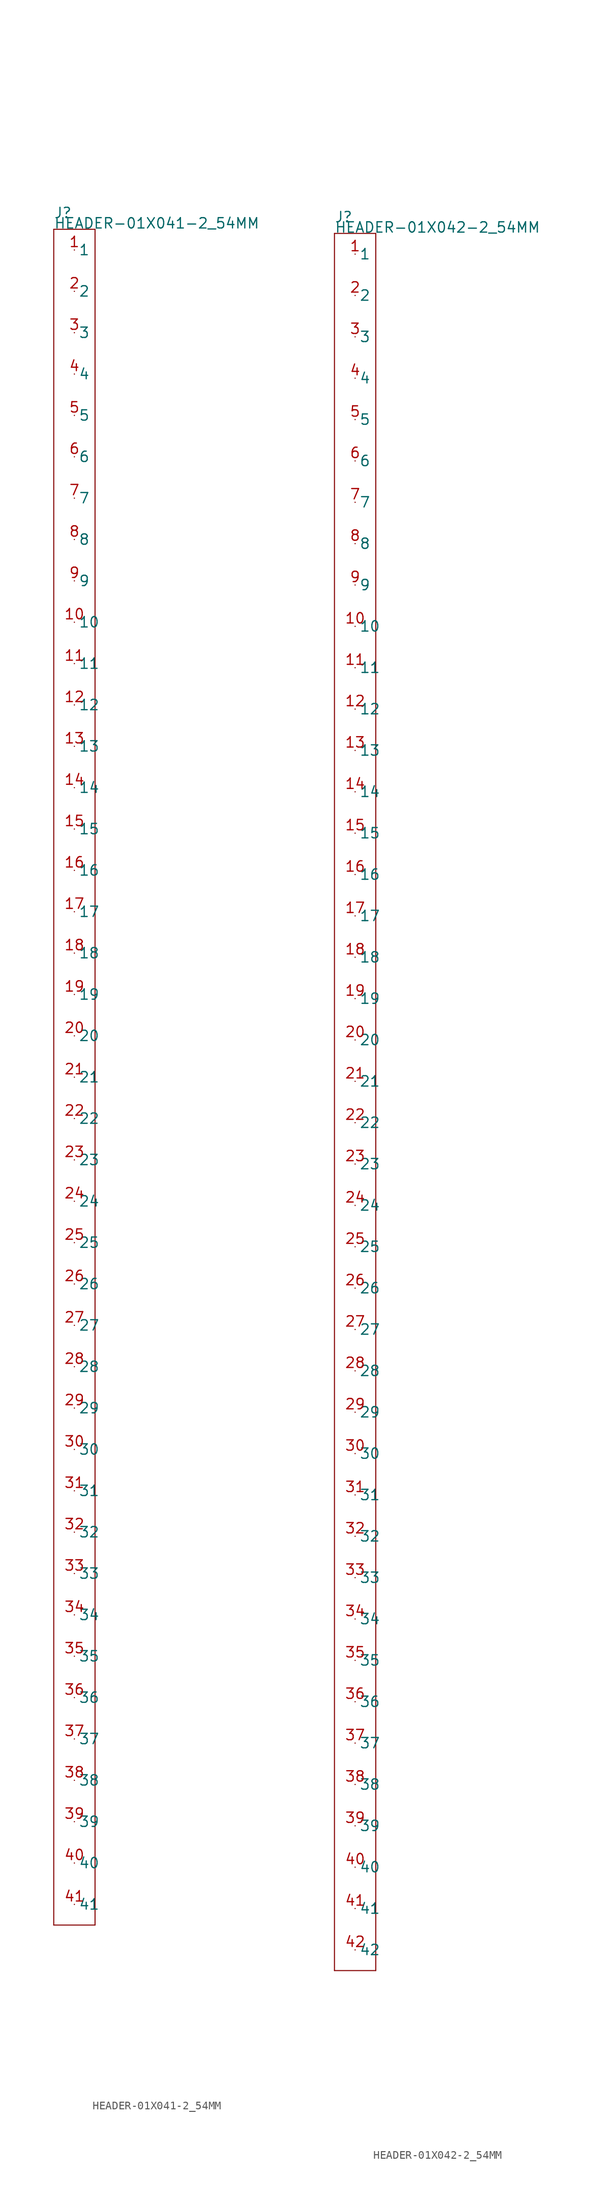
<source format=kicad_sym>
(kicad_symbol_lib
  (version 20211014)
  (generator kicad_symbol_editor)
  (symbol "HEADER-01X041-2_54MM"
    (pin_names)
    (property "Reference" "J"
      (at -2.54 105.41 0)
      (effects (font (size 1.27 1.27)) (justify left bottom)))
    (property "Value" "HEADER-01X041-2_54MM"
      (at -2.54 104.14 0)
      (effects (font (size 1.27 1.27)) (justify left bottom)))
    (property "Datasheet" ""
      (at 0 0 0))
    (property "ki_description" "Header 1x41  - Header Vertical 41POS 2.54MM Technical Specifications: Pitch: 0.1\" (2.54mm) "
      (at 0 0 0))
    (property "ki_fp_filters" "FlashPCB_Connectors:HEADER-THT-01X041-2_54MM FlashPCB_Connectors:HEADER-THT-LONG-01X041-2_54MM FlashPCB_Connectors:HEADER-THT-NOSILK-01X041-2_54MM FlashPCB_Connectors:HEADER-THT-LONG-NOSILK-01X041-2_54MM"
      (at 0 0 0))
    (symbol "HEADER-01X041-2_54MM_1_1"
      (polyline (pts (xy -2.54 104.14) (xy 2.54 104.14)) (stroke (width 0.127)) (fill (type none)))
      (polyline (pts (xy 2.54 104.14) (xy 2.54 -104.14)) (stroke (width 0.127)) (fill (type none)))
      (polyline (pts (xy 2.54 -104.14) (xy -2.54 -104.14)) (stroke (width 0.127)) (fill (type none)))
      (polyline (pts (xy -2.54 -104.14) (xy -2.54 104.14)) (stroke (width 0.127)) (fill (type none)))
      (pin bidirectional line (at 0 101.6 0) (length 0) (name "1" (effects (font (size 1.27 1.27)))) (number "1" (effects (font (size 1.27 1.27)))))
      (pin bidirectional line (at 0 96.52 0) (length 0) (name "2" (effects (font (size 1.27 1.27)))) (number "2" (effects (font (size 1.27 1.27)))))
      (pin bidirectional line (at 0 91.44 0) (length 0) (name "3" (effects (font (size 1.27 1.27)))) (number "3" (effects (font (size 1.27 1.27)))))
      (pin bidirectional line (at 0 86.36 0) (length 0) (name "4" (effects (font (size 1.27 1.27)))) (number "4" (effects (font (size 1.27 1.27)))))
      (pin bidirectional line (at 0 81.28 0) (length 0) (name "5" (effects (font (size 1.27 1.27)))) (number "5" (effects (font (size 1.27 1.27)))))
      (pin bidirectional line (at 0 76.2 0) (length 0) (name "6" (effects (font (size 1.27 1.27)))) (number "6" (effects (font (size 1.27 1.27)))))
      (pin bidirectional line (at 0 71.12 0) (length 0) (name "7" (effects (font (size 1.27 1.27)))) (number "7" (effects (font (size 1.27 1.27)))))
      (pin bidirectional line (at 0 66.04 0) (length 0) (name "8" (effects (font (size 1.27 1.27)))) (number "8" (effects (font (size 1.27 1.27)))))
      (pin bidirectional line (at 0 60.96 0) (length 0) (name "9" (effects (font (size 1.27 1.27)))) (number "9" (effects (font (size 1.27 1.27)))))
      (pin bidirectional line (at 0 55.88 0) (length 0) (name "10" (effects (font (size 1.27 1.27)))) (number "10" (effects (font (size 1.27 1.27)))))
      (pin bidirectional line (at 0 50.8 0) (length 0) (name "11" (effects (font (size 1.27 1.27)))) (number "11" (effects (font (size 1.27 1.27)))))
      (pin bidirectional line (at 0 45.72 0) (length 0) (name "12" (effects (font (size 1.27 1.27)))) (number "12" (effects (font (size 1.27 1.27)))))
      (pin bidirectional line (at 0 40.64 0) (length 0) (name "13" (effects (font (size 1.27 1.27)))) (number "13" (effects (font (size 1.27 1.27)))))
      (pin bidirectional line (at 0 35.56 0) (length 0) (name "14" (effects (font (size 1.27 1.27)))) (number "14" (effects (font (size 1.27 1.27)))))
      (pin bidirectional line (at 0 30.48 0) (length 0) (name "15" (effects (font (size 1.27 1.27)))) (number "15" (effects (font (size 1.27 1.27)))))
      (pin bidirectional line (at 0 25.4 0) (length 0) (name "16" (effects (font (size 1.27 1.27)))) (number "16" (effects (font (size 1.27 1.27)))))
      (pin bidirectional line (at 0 20.32 0) (length 0) (name "17" (effects (font (size 1.27 1.27)))) (number "17" (effects (font (size 1.27 1.27)))))
      (pin bidirectional line (at 0 15.24 0) (length 0) (name "18" (effects (font (size 1.27 1.27)))) (number "18" (effects (font (size 1.27 1.27)))))
      (pin bidirectional line (at 0 10.16 0) (length 0) (name "19" (effects (font (size 1.27 1.27)))) (number "19" (effects (font (size 1.27 1.27)))))
      (pin bidirectional line (at 0 5.08 0) (length 0) (name "20" (effects (font (size 1.27 1.27)))) (number "20" (effects (font (size 1.27 1.27)))))
      (pin bidirectional line (at 0 0 0) (length 0) (name "21" (effects (font (size 1.27 1.27)))) (number "21" (effects (font (size 1.27 1.27)))))
      (pin bidirectional line (at 0 -5.08 0) (length 0) (name "22" (effects (font (size 1.27 1.27)))) (number "22" (effects (font (size 1.27 1.27)))))
      (pin bidirectional line (at 0 -10.16 0) (length 0) (name "23" (effects (font (size 1.27 1.27)))) (number "23" (effects (font (size 1.27 1.27)))))
      (pin bidirectional line (at 0 -15.24 0) (length 0) (name "24" (effects (font (size 1.27 1.27)))) (number "24" (effects (font (size 1.27 1.27)))))
      (pin bidirectional line (at 0 -20.32 0) (length 0) (name "25" (effects (font (size 1.27 1.27)))) (number "25" (effects (font (size 1.27 1.27)))))
      (pin bidirectional line (at 0 -25.4 0) (length 0) (name "26" (effects (font (size 1.27 1.27)))) (number "26" (effects (font (size 1.27 1.27)))))
      (pin bidirectional line (at 0 -30.48 0) (length 0) (name "27" (effects (font (size 1.27 1.27)))) (number "27" (effects (font (size 1.27 1.27)))))
      (pin bidirectional line (at 0 -35.56 0) (length 0) (name "28" (effects (font (size 1.27 1.27)))) (number "28" (effects (font (size 1.27 1.27)))))
      (pin bidirectional line (at 0 -40.64 0) (length 0) (name "29" (effects (font (size 1.27 1.27)))) (number "29" (effects (font (size 1.27 1.27)))))
      (pin bidirectional line (at 0 -45.72 0) (length 0) (name "30" (effects (font (size 1.27 1.27)))) (number "30" (effects (font (size 1.27 1.27)))))
      (pin bidirectional line (at 0 -50.8 0) (length 0) (name "31" (effects (font (size 1.27 1.27)))) (number "31" (effects (font (size 1.27 1.27)))))
      (pin bidirectional line (at 0 -55.88 0) (length 0) (name "32" (effects (font (size 1.27 1.27)))) (number "32" (effects (font (size 1.27 1.27)))))
      (pin bidirectional line (at 0 -60.96 0) (length 0) (name "33" (effects (font (size 1.27 1.27)))) (number "33" (effects (font (size 1.27 1.27)))))
      (pin bidirectional line (at 0 -66.04 0) (length 0) (name "34" (effects (font (size 1.27 1.27)))) (number "34" (effects (font (size 1.27 1.27)))))
      (pin bidirectional line (at 0 -71.12 0) (length 0) (name "35" (effects (font (size 1.27 1.27)))) (number "35" (effects (font (size 1.27 1.27)))))
      (pin bidirectional line (at 0 -76.2 0) (length 0) (name "36" (effects (font (size 1.27 1.27)))) (number "36" (effects (font (size 1.27 1.27)))))
      (pin bidirectional line (at 0 -81.28 0) (length 0) (name "37" (effects (font (size 1.27 1.27)))) (number "37" (effects (font (size 1.27 1.27)))))
      (pin bidirectional line (at 0 -86.36 0) (length 0) (name "38" (effects (font (size 1.27 1.27)))) (number "38" (effects (font (size 1.27 1.27)))))
      (pin bidirectional line (at 0 -91.44 0) (length 0) (name "39" (effects (font (size 1.27 1.27)))) (number "39" (effects (font (size 1.27 1.27)))))
      (pin bidirectional line (at 0 -96.52 0) (length 0) (name "40" (effects (font (size 1.27 1.27)))) (number "40" (effects (font (size 1.27 1.27)))))
      (pin bidirectional line (at 0 -101.6 0) (length 0) (name "41" (effects (font (size 1.27 1.27)))) (number "41" (effects (font (size 1.27 1.27)))))))
  (symbol "HEADER-01X042-2_54MM"
    (pin_names)
    (property "Reference" "J"
      (at -2.54 107.95 0)
      (effects (font (size 1.27 1.27)) (justify left bottom)))
    (property "Value" "HEADER-01X042-2_54MM"
      (at -2.54 106.68 0)
      (effects (font (size 1.27 1.27)) (justify left bottom)))
    (property "Datasheet" ""
      (at 0 0 0))
    (property "ki_description" "Header 1x42  - Header Vertical 42POS 2.54MM Technical Specifications: Pitch: 0.1\" (2.54mm) "
      (at 0 0 0))
    (property "ki_fp_filters" "FlashPCB_Connectors:HEADER-THT-01X042-2_54MM FlashPCB_Connectors:HEADER-THT-LONG-01X042-2_54MM FlashPCB_Connectors:HEADER-THT-NOSILK-01X042-2_54MM FlashPCB_Connectors:HEADER-THT-LONG-NOSILK-01X042-2_54MM"
      (at 0 0 0))
    (symbol "HEADER-01X042-2_54MM_1_1"
      (polyline (pts (xy -2.54 106.68) (xy 2.54 106.68)) (stroke (width 0.127)) (fill (type none)))
      (polyline (pts (xy 2.54 106.68) (xy 2.54 -106.68)) (stroke (width 0.127)) (fill (type none)))
      (polyline (pts (xy 2.54 -106.68) (xy -2.54 -106.68)) (stroke (width 0.127)) (fill (type none)))
      (polyline (pts (xy -2.54 -106.68) (xy -2.54 106.68)) (stroke (width 0.127)) (fill (type none)))
      (pin bidirectional line (at 0 104.14 0) (length 0) (name "1" (effects (font (size 1.27 1.27)))) (number "1" (effects (font (size 1.27 1.27)))))
      (pin bidirectional line (at 0 99.06 0) (length 0) (name "2" (effects (font (size 1.27 1.27)))) (number "2" (effects (font (size 1.27 1.27)))))
      (pin bidirectional line (at 0 93.98 0) (length 0) (name "3" (effects (font (size 1.27 1.27)))) (number "3" (effects (font (size 1.27 1.27)))))
      (pin bidirectional line (at 0 88.9 0) (length 0) (name "4" (effects (font (size 1.27 1.27)))) (number "4" (effects (font (size 1.27 1.27)))))
      (pin bidirectional line (at 0 83.82 0) (length 0) (name "5" (effects (font (size 1.27 1.27)))) (number "5" (effects (font (size 1.27 1.27)))))
      (pin bidirectional line (at 0 78.74 0) (length 0) (name "6" (effects (font (size 1.27 1.27)))) (number "6" (effects (font (size 1.27 1.27)))))
      (pin bidirectional line (at 0 73.66 0) (length 0) (name "7" (effects (font (size 1.27 1.27)))) (number "7" (effects (font (size 1.27 1.27)))))
      (pin bidirectional line (at 0 68.58 0) (length 0) (name "8" (effects (font (size 1.27 1.27)))) (number "8" (effects (font (size 1.27 1.27)))))
      (pin bidirectional line (at 0 63.5 0) (length 0) (name "9" (effects (font (size 1.27 1.27)))) (number "9" (effects (font (size 1.27 1.27)))))
      (pin bidirectional line (at 0 58.42 0) (length 0) (name "10" (effects (font (size 1.27 1.27)))) (number "10" (effects (font (size 1.27 1.27)))))
      (pin bidirectional line (at 0 53.34 0) (length 0) (name "11" (effects (font (size 1.27 1.27)))) (number "11" (effects (font (size 1.27 1.27)))))
      (pin bidirectional line (at 0 48.26 0) (length 0) (name "12" (effects (font (size 1.27 1.27)))) (number "12" (effects (font (size 1.27 1.27)))))
      (pin bidirectional line (at 0 43.18 0) (length 0) (name "13" (effects (font (size 1.27 1.27)))) (number "13" (effects (font (size 1.27 1.27)))))
      (pin bidirectional line (at 0 38.1 0) (length 0) (name "14" (effects (font (size 1.27 1.27)))) (number "14" (effects (font (size 1.27 1.27)))))
      (pin bidirectional line (at 0 33.02 0) (length 0) (name "15" (effects (font (size 1.27 1.27)))) (number "15" (effects (font (size 1.27 1.27)))))
      (pin bidirectional line (at 0 27.94 0) (length 0) (name "16" (effects (font (size 1.27 1.27)))) (number "16" (effects (font (size 1.27 1.27)))))
      (pin bidirectional line (at 0 22.86 0) (length 0) (name "17" (effects (font (size 1.27 1.27)))) (number "17" (effects (font (size 1.27 1.27)))))
      (pin bidirectional line (at 0 17.78 0) (length 0) (name "18" (effects (font (size 1.27 1.27)))) (number "18" (effects (font (size 1.27 1.27)))))
      (pin bidirectional line (at 0 12.7 0) (length 0) (name "19" (effects (font (size 1.27 1.27)))) (number "19" (effects (font (size 1.27 1.27)))))
      (pin bidirectional line (at 0 7.62 0) (length 0) (name "20" (effects (font (size 1.27 1.27)))) (number "20" (effects (font (size 1.27 1.27)))))
      (pin bidirectional line (at 0 2.54 0) (length 0) (name "21" (effects (font (size 1.27 1.27)))) (number "21" (effects (font (size 1.27 1.27)))))
      (pin bidirectional line (at 0 -2.54 0) (length 0) (name "22" (effects (font (size 1.27 1.27)))) (number "22" (effects (font (size 1.27 1.27)))))
      (pin bidirectional line (at 0 -7.62 0) (length 0) (name "23" (effects (font (size 1.27 1.27)))) (number "23" (effects (font (size 1.27 1.27)))))
      (pin bidirectional line (at 0 -12.7 0) (length 0) (name "24" (effects (font (size 1.27 1.27)))) (number "24" (effects (font (size 1.27 1.27)))))
      (pin bidirectional line (at 0 -17.78 0) (length 0) (name "25" (effects (font (size 1.27 1.27)))) (number "25" (effects (font (size 1.27 1.27)))))
      (pin bidirectional line (at 0 -22.86 0) (length 0) (name "26" (effects (font (size 1.27 1.27)))) (number "26" (effects (font (size 1.27 1.27)))))
      (pin bidirectional line (at 0 -27.94 0) (length 0) (name "27" (effects (font (size 1.27 1.27)))) (number "27" (effects (font (size 1.27 1.27)))))
      (pin bidirectional line (at 0 -33.02 0) (length 0) (name "28" (effects (font (size 1.27 1.27)))) (number "28" (effects (font (size 1.27 1.27)))))
      (pin bidirectional line (at 0 -38.1 0) (length 0) (name "29" (effects (font (size 1.27 1.27)))) (number "29" (effects (font (size 1.27 1.27)))))
      (pin bidirectional line (at 0 -43.18 0) (length 0) (name "30" (effects (font (size 1.27 1.27)))) (number "30" (effects (font (size 1.27 1.27)))))
      (pin bidirectional line (at 0 -48.26 0) (length 0) (name "31" (effects (font (size 1.27 1.27)))) (number "31" (effects (font (size 1.27 1.27)))))
      (pin bidirectional line (at 0 -53.34 0) (length 0) (name "32" (effects (font (size 1.27 1.27)))) (number "32" (effects (font (size 1.27 1.27)))))
      (pin bidirectional line (at 0 -58.42 0) (length 0) (name "33" (effects (font (size 1.27 1.27)))) (number "33" (effects (font (size 1.27 1.27)))))
      (pin bidirectional line (at 0 -63.5 0) (length 0) (name "34" (effects (font (size 1.27 1.27)))) (number "34" (effects (font (size 1.27 1.27)))))
      (pin bidirectional line (at 0 -68.58 0) (length 0) (name "35" (effects (font (size 1.27 1.27)))) (number "35" (effects (font (size 1.27 1.27)))))
      (pin bidirectional line (at 0 -73.66 0) (length 0) (name "36" (effects (font (size 1.27 1.27)))) (number "36" (effects (font (size 1.27 1.27)))))
      (pin bidirectional line (at 0 -78.74 0) (length 0) (name "37" (effects (font (size 1.27 1.27)))) (number "37" (effects (font (size 1.27 1.27)))))
      (pin bidirectional line (at 0 -83.82 0) (length 0) (name "38" (effects (font (size 1.27 1.27)))) (number "38" (effects (font (size 1.27 1.27)))))
      (pin bidirectional line (at 0 -88.9 0) (length 0) (name "39" (effects (font (size 1.27 1.27)))) (number "39" (effects (font (size 1.27 1.27)))))
      (pin bidirectional line (at 0 -93.98 0) (length 0) (name "40" (effects (font (size 1.27 1.27)))) (number "40" (effects (font (size 1.27 1.27)))))
      (pin bidirectional line (at 0 -99.06 0) (length 0) (name "41" (effects (font (size 1.27 1.27)))) (number "41" (effects (font (size 1.27 1.27)))))
      (pin bidirectional line (at 0 -104.14 0) (length 0) (name "42" (effects (font (size 1.27 1.27)))) (number "42" (effects (font (size 1.27 1.27))))))))
</source>
